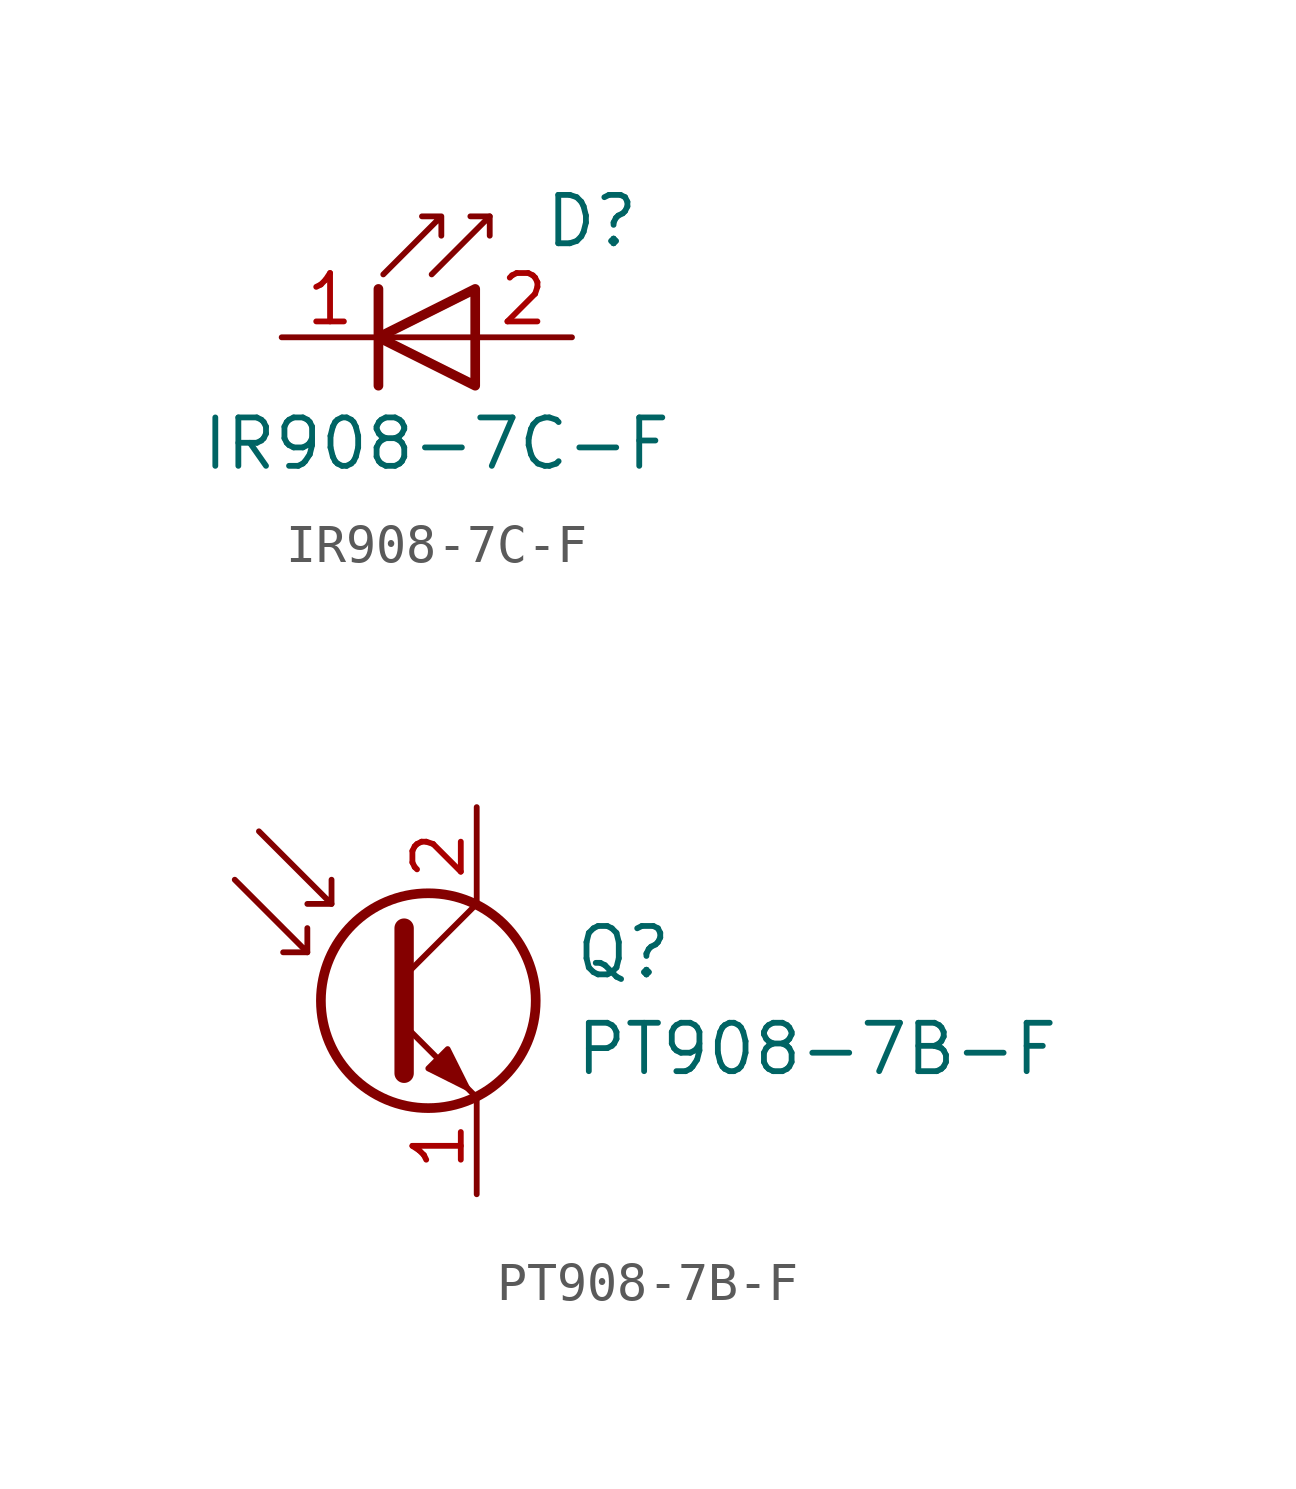
<source format=kicad_sym>
(kicad_symbol_lib
  (version 20220914)
  (generator kicad_symbol_editor)
  (symbol "IR908-7C-F"
    (pin_names
      (offset 1.016) hide)
    (property "Reference" "D"
      (at 1.778 3.048 0)
      (effects (font (size 1.27 1.27)) (justify left)))
    (property "Value" "IR908-7C-F"
      (at -1.016 -2.794 0)
      (effects (font (size 1.27 1.27))))
    (symbol "IR908-7C-F_0_1"
      (polyline (pts (xy -2.54 0) (xy 0 0)) (stroke (width 0) (type solid)) (fill (type none)))
      (polyline (pts (xy -2.54 1.27) (xy -2.54 -1.27)) (stroke (width 0.254) (type solid)) (fill (type none)))
      (polyline (pts (xy 0.381 3.175) (xy -0.127 3.175)) (stroke (width 0) (type solid)) (fill (type none)))
      (polyline (pts (xy -1.143 1.651) (xy 0.381 3.175) (xy 0.381 2.667)) (stroke (width 0) (type solid)) (fill (type none)))
      (polyline (pts (xy 0 -1.27) (xy 0 1.27) (xy -2.54 0) (xy 0 -1.27)) (stroke (width 0.254) (type solid)) (fill (type none)))
      (polyline (pts (xy -2.413 1.651) (xy -0.889 3.175) (xy -0.889 2.667) (xy -0.889 3.175) (xy -1.397 3.175)) (stroke (width 0) (type solid)) (fill (type none))))
    (symbol "IR908-7C-F_1_1"
      (pin passive line (at -5.08 0 0) (length 2.54) (name "K" (effects (font (size 1.27 1.27)))) (number "1" (effects (font (size 1.27 1.27)))))
      (pin passive line (at 2.54 0 180) (length 2.54) (name "A" (effects (font (size 1.27 1.27)))) (number "2" (effects (font (size 1.27 1.27)))))))
  (symbol "PT908-7B-F"
    (pin_names
      (offset 0) hide)
    (property "Reference" "Q"
      (at 5.08 1.27 0)
      (effects (font (size 1.27 1.27)) (justify left)))
    (property "Value" "PT908-7B-F"
      (at 5.08 -1.27 0)
      (effects (font (size 1.27 1.27)) (justify left)))
    (symbol "PT908-7B-F_0_1"
      (polyline (pts (xy -1.905 1.27) (xy -2.54 1.27)) (stroke (width 0) (type solid)) (fill (type none)))
      (polyline (pts (xy -1.27 2.54) (xy -1.905 2.54)) (stroke (width 0) (type solid)) (fill (type none)))
      (polyline (pts (xy 0.635 0.635) (xy 2.54 2.54)) (stroke (width 0) (type solid)) (fill (type none)))
      (polyline (pts (xy -3.81 3.175) (xy -1.905 1.27) (xy -1.905 1.905)) (stroke (width 0) (type solid)) (fill (type none)))
      (polyline (pts (xy -3.175 4.445) (xy -1.27 2.54) (xy -1.27 3.175)) (stroke (width 0) (type solid)) (fill (type none)))
      (polyline (pts (xy 0.635 -0.635) (xy 2.54 -2.54) (xy 2.54 -2.54)) (stroke (width 0) (type solid)) (fill (type none)))
      (polyline (pts (xy 0.635 1.905) (xy 0.635 -1.905) (xy 0.635 -1.905)) (stroke (width 0.508) (type solid)) (fill (type none)))
      (polyline (pts (xy 1.27 -1.778) (xy 1.778 -1.27) (xy 2.286 -2.286) (xy 1.27 -1.778) (xy 1.27 -1.778)) (stroke (width 0) (type solid)) (fill (type outline)))
      (circle (center 1.27 0) (radius 2.819) (stroke (width 0.254) (type solid)) (fill (type none))))
    (symbol "PT908-7B-F_1_1"
      (pin passive line (at 2.54 -5.08 90) (length 2.54) (name "E" (effects (font (size 1.27 1.27)))) (number "1" (effects (font (size 1.27 1.27)))))
      (pin passive line (at 2.54 5.08 270) (length 2.54) (name "C" (effects (font (size 1.27 1.27)))) (number "2" (effects (font (size 1.27 1.27))))))))
</source>
